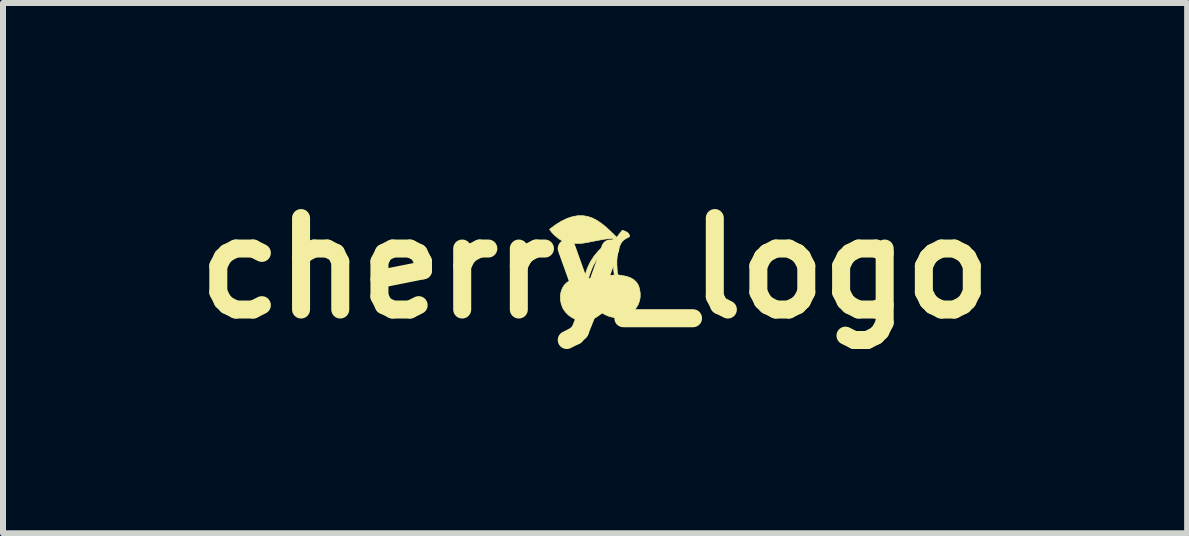
<source format=kicad_pcb>
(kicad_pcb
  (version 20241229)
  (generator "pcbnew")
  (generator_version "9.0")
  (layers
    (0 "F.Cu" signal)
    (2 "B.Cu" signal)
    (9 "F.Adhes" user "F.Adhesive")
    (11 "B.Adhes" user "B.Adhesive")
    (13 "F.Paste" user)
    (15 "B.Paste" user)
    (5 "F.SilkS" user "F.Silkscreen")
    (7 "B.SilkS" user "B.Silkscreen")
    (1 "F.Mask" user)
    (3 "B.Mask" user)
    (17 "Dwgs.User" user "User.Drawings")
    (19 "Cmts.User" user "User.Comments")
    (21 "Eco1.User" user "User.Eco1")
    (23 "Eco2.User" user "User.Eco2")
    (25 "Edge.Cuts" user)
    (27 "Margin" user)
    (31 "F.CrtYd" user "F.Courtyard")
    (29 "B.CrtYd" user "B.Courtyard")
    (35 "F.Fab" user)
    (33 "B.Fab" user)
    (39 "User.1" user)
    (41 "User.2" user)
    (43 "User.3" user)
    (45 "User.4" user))
  (footprint "cherry_logo"
    (layer "F.Cu")
    (at 6.865 1.418)
    (property "Reference" "cherry_logo" (at 0 0 0) (layer "F.SilkS") (effects (font (size 1.524 1.524) (thickness 0.3))))
    (attr through_hole)
    (fp_poly (pts (xy -0.124 -0.862) (xy -0.044 -0.835) (xy 0.034 -0.794) (xy 0.041 -0.79) (xy 0.091 -0.756) (xy 0.142 -0.718) (xy 0.196 -0.672) (xy 0.256 -0.617) (xy 0.277 -0.597) (xy 0.362 -0.514) (xy 0.407 -0.573) (xy 0.426 -0.597) (xy 0.441 -0.617) (xy 0.451 -0.629) (xy 0.453 -0.631) (xy 0.467 -0.628) (xy 0.488 -0.62) (xy 0.512 -0.61) (xy 0.532 -0.6) (xy 0.543 -0.592) (xy 0.559 -0.575) (xy 0.571 -0.555) (xy 0.577 -0.538) (xy 0.577 -0.529) (xy 0.568 -0.522) (xy 0.551 -0.512) (xy 0.542 -0.507) (xy 0.501 -0.484) (xy 0.47 -0.461) (xy 0.446 -0.435) (xy 0.427 -0.402) (xy 0.409 -0.36) (xy 0.4 -0.334) (xy 0.382 -0.27) (xy 0.371 -0.206) (xy 0.365 -0.14) (xy 0.364 -0.065) (xy 0.365 -0.047) (xy 0.367 -0.007) (xy 0.369 0.031) (xy 0.372 0.062) (xy 0.375 0.083) (xy 0.377 0.087) (xy 0.384 0.113) (xy 0.449 0.122) (xy 0.527 0.137) (xy 0.593 0.161) (xy 0.647 0.193) (xy 0.69 0.234) (xy 0.722 0.284) (xy 0.742 0.343) (xy 0.752 0.412) (xy 0.753 0.413) (xy 0.753 0.479) (xy 0.744 0.537) (xy 0.724 0.594) (xy 0.715 0.615) (xy 0.678 0.674) (xy 0.631 0.725) (xy 0.575 0.766) (xy 0.514 0.797) (xy 0.448 0.817) (xy 0.379 0.826) (xy 0.309 0.822) (xy 0.24 0.806) (xy 0.194 0.788) (xy 0.168 0.775) (xy 0.145 0.763) (xy 0.131 0.755) (xy 0.13 0.754) (xy 0.122 0.751) (xy 0.111 0.754) (xy 0.095 0.764) (xy 0.076 0.78) (xy 0.01 0.825) (xy -0.061 0.856) (xy -0.134 0.874) (xy -0.211 0.877) (xy -0.272 0.87) (xy -0.332 0.852) (xy -0.39 0.821) (xy -0.445 0.781) (xy -0.492 0.733) (xy -0.53 0.68) (xy -0.54 0.661) (xy -0.564 0.595) (xy -0.577 0.527) (xy -0.578 0.46) (xy -0.567 0.394) (xy -0.545 0.334) (xy -0.516 0.287) (xy -0.474 0.243) (xy -0.424 0.209) (xy -0.363 0.186) (xy -0.291 0.171) (xy -0.254 0.168) (xy -0.178 0.163) (xy -0.178 0.162) (xy -0.105 0.162) (xy -0.104 0.168) (xy -0.095 0.173) (xy -0.081 0.175) (xy -0.065 0.177) (xy -0.04 0.183) (xy -0.012 0.192) (xy -0.011 0.192) (xy 0.015 0.2) (xy 0.034 0.207) (xy 0.045 0.21) (xy 0.045 0.21) (xy 0.054 0.206) (xy 0.07 0.196) (xy 0.088 0.184) (xy 0.139 0.154) (xy 0.199 0.132) (xy 0.261 0.12) (xy 0.27 0.119) (xy 0.321 0.114) (xy 0.316 0.081) (xy 0.305 -0.022) (xy 0.302 -0.115) (xy 0.305 -0.185) (xy 0.31 -0.226) (xy 0.317 -0.27) (xy 0.325 -0.313) (xy 0.334 -0.352) (xy 0.342 -0.383) (xy 0.35 -0.402) (xy 0.354 -0.414) (xy 0.354 -0.418) (xy 0.347 -0.416) (xy 0.33 -0.41) (xy 0.307 -0.4) (xy 0.305 -0.399) (xy 0.229 -0.355) (xy 0.157 -0.298) (xy 0.091 -0.229) (xy 0.031 -0.149) (xy -0.021 -0.059) (xy -0.036 -0.028) (xy -0.052 0.008) (xy -0.067 0.045) (xy -0.081 0.082) (xy -0.092 0.116) (xy -0.101 0.143) (xy -0.105 0.162) (xy -0.178 0.162) (xy -0.163 0.105) (xy -0.127 -0.003) (xy -0.078 -0.105) (xy -0.016 -0.201) (xy 0.058 -0.289) (xy 0.145 -0.371) (xy 0.243 -0.444) (xy 0.28 -0.468) (xy 0.323 -0.495) (xy 0.243 -0.491) (xy 0.203 -0.488) (xy 0.155 -0.482) (xy 0.098 -0.472) (xy 0.029 -0.459) (xy -0.022 -0.449) (xy -0.079 -0.438) (xy -0.126 -0.428) (xy -0.163 -0.422) (xy -0.195 -0.417) (xy -0.223 -0.414) (xy -0.25 -0.412) (xy -0.279 -0.411) (xy -0.313 -0.411) (xy -0.316 -0.411) (xy -0.371 -0.411) (xy -0.415 -0.414) (xy -0.453 -0.42) (xy -0.487 -0.429) (xy -0.523 -0.444) (xy -0.562 -0.463) (xy -0.599 -0.486) (xy -0.639 -0.517) (xy -0.679 -0.552) (xy -0.714 -0.588) (xy -0.737 -0.617) (xy -0.758 -0.647) (xy -0.74 -0.661) (xy -0.644 -0.732) (xy -0.551 -0.788) (xy -0.461 -0.831) (xy -0.373 -0.859) (xy -0.288 -0.874) (xy -0.205 -0.875) (xy -0.124 -0.862)) (stroke (width 0.01) (type solid)) (fill yes) (layer "F.SilkS")))
  (gr_rect
    (start -3 -3)
    (end 16.731 5.836)
    (stroke (width 0.1) (type default))
    (fill no)
    (layer "Edge.Cuts")))
</source>
